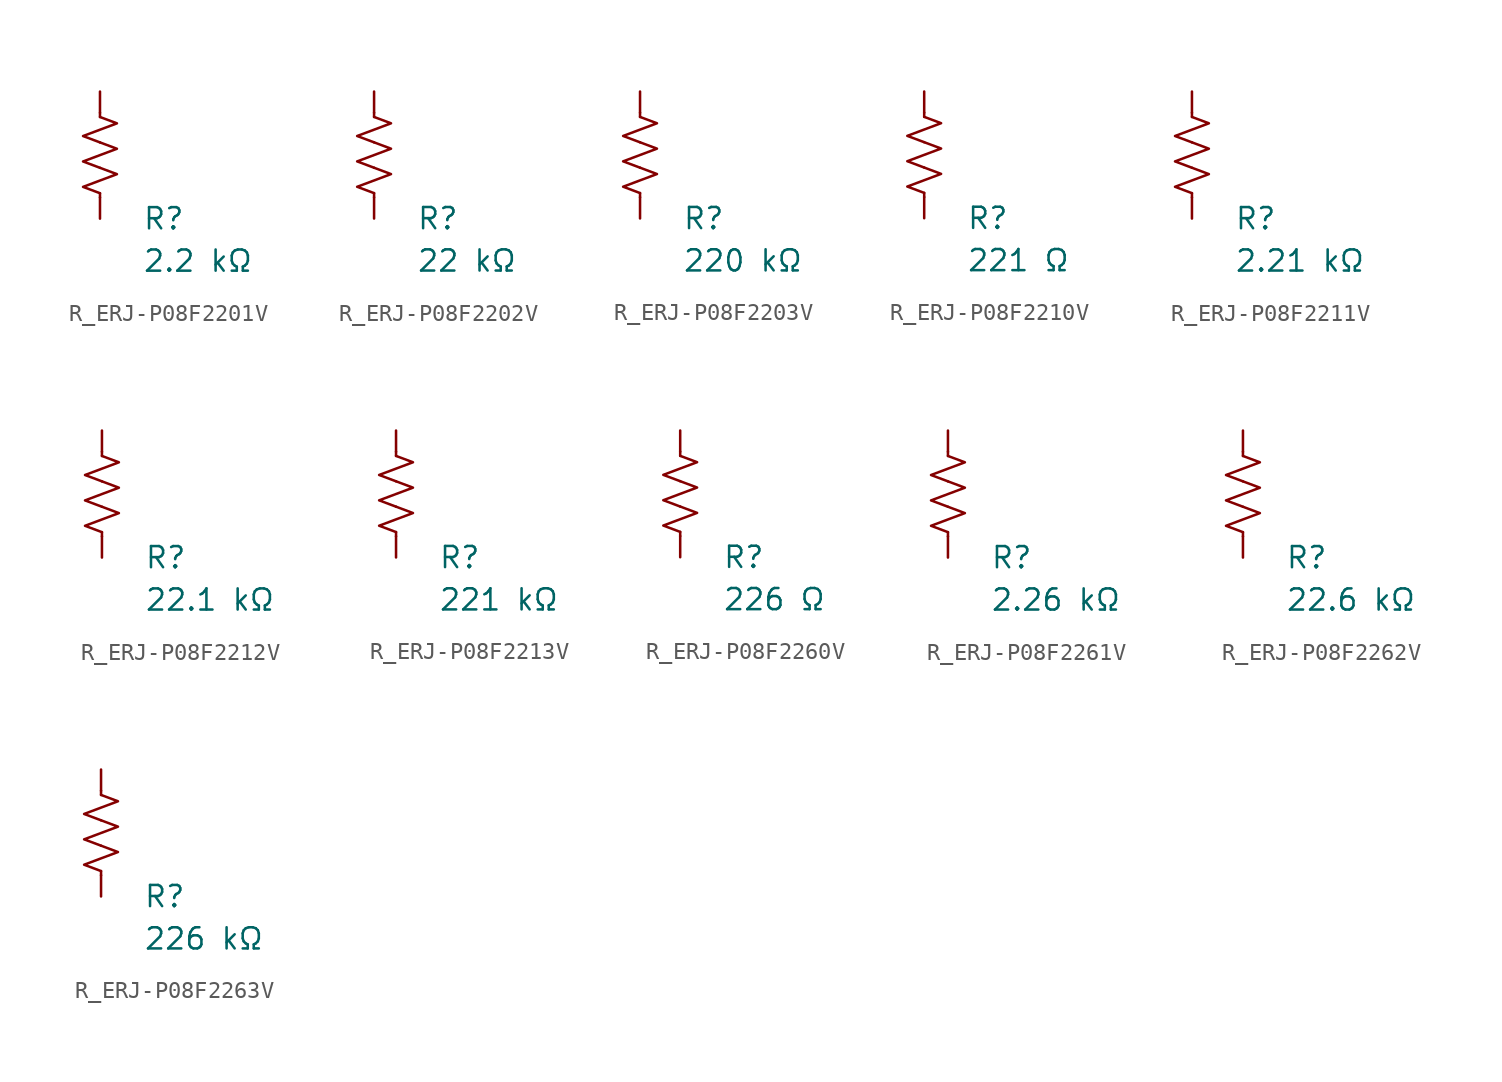
<source format=kicad_sym>
(kicad_symbol_lib
  (version 20231120)
  (generator "kicad_symbol_editor")
  (generator_version "8.0")
  (symbol "R_ERJ-P08F2201V"
    (pin_numbers hide)
    (pin_names
      (offset 0))
    (property "Reference" "R"
      (at 2.54 -3.81 0)
      (effects (font (size 1.27 1.27)) (justify left))
      (show_name no))
    (property "Value" "2.2 kΩ"
      (at 2.54 -6.35 0)
      (effects (font (size 1.27 1.27)) (justify left))
      (show_name no))
    (symbol "R_ERJ-P08F2201V_0_1"
      (polyline (pts (xy 0 -2.286) (xy 0 -2.54)) (stroke (width 0) (type default)) (fill (type none)))
      (polyline (pts (xy 0 2.286) (xy 0 2.54)) (stroke (width 0) (type default)) (fill (type none)))
      (polyline (pts (xy 0 -0.762) (xy 1.016 -1.143) (xy 0 -1.524) (xy -1.016 -1.905) (xy 0 -2.286)) (stroke (width 0) (type default)) (fill (type none)))
      (polyline (pts (xy 0 0.762) (xy 1.016 0.381) (xy 0 0) (xy -1.016 -0.381) (xy 0 -0.762)) (stroke (width 0) (type default)) (fill (type none)))
      (polyline (pts (xy 0 2.286) (xy 1.016 1.905) (xy 0 1.524) (xy -1.016 1.143) (xy 0 0.762)) (stroke (width 0) (type default)) (fill (type none))))
    (symbol "R_ERJ-P08F2201V_1_1"
      (pin passive line (at 0 3.81 270) (length 1.27) (name "~" (effects (font (size 1.27 1.27)))) (number "1" (effects (font (size 1.27 1.27)))))
      (pin passive line (at 0 -3.81 90) (length 1.27) (name "~" (effects (font (size 1.27 1.27)))) (number "2" (effects (font (size 1.27 1.27)))))))
  (symbol "R_ERJ-P08F2202V"
    (pin_numbers hide)
    (pin_names
      (offset 0))
    (property "Reference" "R"
      (at 2.54 -3.81 0)
      (effects (font (size 1.27 1.27)) (justify left))
      (show_name no))
    (property "Value" "22 kΩ"
      (at 2.54 -6.35 0)
      (effects (font (size 1.27 1.27)) (justify left))
      (show_name no))
    (symbol "R_ERJ-P08F2202V_0_1"
      (polyline (pts (xy 0 -2.286) (xy 0 -2.54)) (stroke (width 0) (type default)) (fill (type none)))
      (polyline (pts (xy 0 2.286) (xy 0 2.54)) (stroke (width 0) (type default)) (fill (type none)))
      (polyline (pts (xy 0 -0.762) (xy 1.016 -1.143) (xy 0 -1.524) (xy -1.016 -1.905) (xy 0 -2.286)) (stroke (width 0) (type default)) (fill (type none)))
      (polyline (pts (xy 0 0.762) (xy 1.016 0.381) (xy 0 0) (xy -1.016 -0.381) (xy 0 -0.762)) (stroke (width 0) (type default)) (fill (type none)))
      (polyline (pts (xy 0 2.286) (xy 1.016 1.905) (xy 0 1.524) (xy -1.016 1.143) (xy 0 0.762)) (stroke (width 0) (type default)) (fill (type none))))
    (symbol "R_ERJ-P08F2202V_1_1"
      (pin passive line (at 0 3.81 270) (length 1.27) (name "~" (effects (font (size 1.27 1.27)))) (number "1" (effects (font (size 1.27 1.27)))))
      (pin passive line (at 0 -3.81 90) (length 1.27) (name "~" (effects (font (size 1.27 1.27)))) (number "2" (effects (font (size 1.27 1.27)))))))
  (symbol "R_ERJ-P08F2203V"
    (pin_numbers hide)
    (pin_names
      (offset 0))
    (property "Reference" "R"
      (at 2.54 -3.81 0)
      (effects (font (size 1.27 1.27)) (justify left))
      (show_name no))
    (property "Value" "220 kΩ"
      (at 2.54 -6.35 0)
      (effects (font (size 1.27 1.27)) (justify left))
      (show_name no))
    (symbol "R_ERJ-P08F2203V_0_1"
      (polyline (pts (xy 0 -2.286) (xy 0 -2.54)) (stroke (width 0) (type default)) (fill (type none)))
      (polyline (pts (xy 0 2.286) (xy 0 2.54)) (stroke (width 0) (type default)) (fill (type none)))
      (polyline (pts (xy 0 -0.762) (xy 1.016 -1.143) (xy 0 -1.524) (xy -1.016 -1.905) (xy 0 -2.286)) (stroke (width 0) (type default)) (fill (type none)))
      (polyline (pts (xy 0 0.762) (xy 1.016 0.381) (xy 0 0) (xy -1.016 -0.381) (xy 0 -0.762)) (stroke (width 0) (type default)) (fill (type none)))
      (polyline (pts (xy 0 2.286) (xy 1.016 1.905) (xy 0 1.524) (xy -1.016 1.143) (xy 0 0.762)) (stroke (width 0) (type default)) (fill (type none))))
    (symbol "R_ERJ-P08F2203V_1_1"
      (pin passive line (at 0 3.81 270) (length 1.27) (name "~" (effects (font (size 1.27 1.27)))) (number "1" (effects (font (size 1.27 1.27)))))
      (pin passive line (at 0 -3.81 90) (length 1.27) (name "~" (effects (font (size 1.27 1.27)))) (number "2" (effects (font (size 1.27 1.27)))))))
  (symbol "R_ERJ-P08F2210V"
    (pin_numbers hide)
    (pin_names
      (offset 0))
    (property "Reference" "R"
      (at 2.54 -3.81 0)
      (effects (font (size 1.27 1.27)) (justify left))
      (show_name no))
    (property "Value" "221 Ω"
      (at 2.54 -6.35 0)
      (effects (font (size 1.27 1.27)) (justify left))
      (show_name no))
    (symbol "R_ERJ-P08F2210V_0_1"
      (polyline (pts (xy 0 -2.286) (xy 0 -2.54)) (stroke (width 0) (type default)) (fill (type none)))
      (polyline (pts (xy 0 2.286) (xy 0 2.54)) (stroke (width 0) (type default)) (fill (type none)))
      (polyline (pts (xy 0 -0.762) (xy 1.016 -1.143) (xy 0 -1.524) (xy -1.016 -1.905) (xy 0 -2.286)) (stroke (width 0) (type default)) (fill (type none)))
      (polyline (pts (xy 0 0.762) (xy 1.016 0.381) (xy 0 0) (xy -1.016 -0.381) (xy 0 -0.762)) (stroke (width 0) (type default)) (fill (type none)))
      (polyline (pts (xy 0 2.286) (xy 1.016 1.905) (xy 0 1.524) (xy -1.016 1.143) (xy 0 0.762)) (stroke (width 0) (type default)) (fill (type none))))
    (symbol "R_ERJ-P08F2210V_1_1"
      (pin passive line (at 0 3.81 270) (length 1.27) (name "~" (effects (font (size 1.27 1.27)))) (number "1" (effects (font (size 1.27 1.27)))))
      (pin passive line (at 0 -3.81 90) (length 1.27) (name "~" (effects (font (size 1.27 1.27)))) (number "2" (effects (font (size 1.27 1.27)))))))
  (symbol "R_ERJ-P08F2211V"
    (pin_numbers hide)
    (pin_names
      (offset 0))
    (property "Reference" "R"
      (at 2.54 -3.81 0)
      (effects (font (size 1.27 1.27)) (justify left))
      (show_name no))
    (property "Value" "2.21 kΩ"
      (at 2.54 -6.35 0)
      (effects (font (size 1.27 1.27)) (justify left))
      (show_name no))
    (symbol "R_ERJ-P08F2211V_0_1"
      (polyline (pts (xy 0 -2.286) (xy 0 -2.54)) (stroke (width 0) (type default)) (fill (type none)))
      (polyline (pts (xy 0 2.286) (xy 0 2.54)) (stroke (width 0) (type default)) (fill (type none)))
      (polyline (pts (xy 0 -0.762) (xy 1.016 -1.143) (xy 0 -1.524) (xy -1.016 -1.905) (xy 0 -2.286)) (stroke (width 0) (type default)) (fill (type none)))
      (polyline (pts (xy 0 0.762) (xy 1.016 0.381) (xy 0 0) (xy -1.016 -0.381) (xy 0 -0.762)) (stroke (width 0) (type default)) (fill (type none)))
      (polyline (pts (xy 0 2.286) (xy 1.016 1.905) (xy 0 1.524) (xy -1.016 1.143) (xy 0 0.762)) (stroke (width 0) (type default)) (fill (type none))))
    (symbol "R_ERJ-P08F2211V_1_1"
      (pin passive line (at 0 3.81 270) (length 1.27) (name "~" (effects (font (size 1.27 1.27)))) (number "1" (effects (font (size 1.27 1.27)))))
      (pin passive line (at 0 -3.81 90) (length 1.27) (name "~" (effects (font (size 1.27 1.27)))) (number "2" (effects (font (size 1.27 1.27)))))))
  (symbol "R_ERJ-P08F2212V"
    (pin_numbers hide)
    (pin_names
      (offset 0))
    (property "Reference" "R"
      (at 2.54 -3.81 0)
      (effects (font (size 1.27 1.27)) (justify left))
      (show_name no))
    (property "Value" "22.1 kΩ"
      (at 2.54 -6.35 0)
      (effects (font (size 1.27 1.27)) (justify left))
      (show_name no))
    (symbol "R_ERJ-P08F2212V_0_1"
      (polyline (pts (xy 0 -2.286) (xy 0 -2.54)) (stroke (width 0) (type default)) (fill (type none)))
      (polyline (pts (xy 0 2.286) (xy 0 2.54)) (stroke (width 0) (type default)) (fill (type none)))
      (polyline (pts (xy 0 -0.762) (xy 1.016 -1.143) (xy 0 -1.524) (xy -1.016 -1.905) (xy 0 -2.286)) (stroke (width 0) (type default)) (fill (type none)))
      (polyline (pts (xy 0 0.762) (xy 1.016 0.381) (xy 0 0) (xy -1.016 -0.381) (xy 0 -0.762)) (stroke (width 0) (type default)) (fill (type none)))
      (polyline (pts (xy 0 2.286) (xy 1.016 1.905) (xy 0 1.524) (xy -1.016 1.143) (xy 0 0.762)) (stroke (width 0) (type default)) (fill (type none))))
    (symbol "R_ERJ-P08F2212V_1_1"
      (pin passive line (at 0 3.81 270) (length 1.27) (name "~" (effects (font (size 1.27 1.27)))) (number "1" (effects (font (size 1.27 1.27)))))
      (pin passive line (at 0 -3.81 90) (length 1.27) (name "~" (effects (font (size 1.27 1.27)))) (number "2" (effects (font (size 1.27 1.27)))))))
  (symbol "R_ERJ-P08F2213V"
    (pin_numbers hide)
    (pin_names
      (offset 0))
    (property "Reference" "R"
      (at 2.54 -3.81 0)
      (effects (font (size 1.27 1.27)) (justify left))
      (show_name no))
    (property "Value" "221 kΩ"
      (at 2.54 -6.35 0)
      (effects (font (size 1.27 1.27)) (justify left))
      (show_name no))
    (symbol "R_ERJ-P08F2213V_0_1"
      (polyline (pts (xy 0 -2.286) (xy 0 -2.54)) (stroke (width 0) (type default)) (fill (type none)))
      (polyline (pts (xy 0 2.286) (xy 0 2.54)) (stroke (width 0) (type default)) (fill (type none)))
      (polyline (pts (xy 0 -0.762) (xy 1.016 -1.143) (xy 0 -1.524) (xy -1.016 -1.905) (xy 0 -2.286)) (stroke (width 0) (type default)) (fill (type none)))
      (polyline (pts (xy 0 0.762) (xy 1.016 0.381) (xy 0 0) (xy -1.016 -0.381) (xy 0 -0.762)) (stroke (width 0) (type default)) (fill (type none)))
      (polyline (pts (xy 0 2.286) (xy 1.016 1.905) (xy 0 1.524) (xy -1.016 1.143) (xy 0 0.762)) (stroke (width 0) (type default)) (fill (type none))))
    (symbol "R_ERJ-P08F2213V_1_1"
      (pin passive line (at 0 3.81 270) (length 1.27) (name "~" (effects (font (size 1.27 1.27)))) (number "1" (effects (font (size 1.27 1.27)))))
      (pin passive line (at 0 -3.81 90) (length 1.27) (name "~" (effects (font (size 1.27 1.27)))) (number "2" (effects (font (size 1.27 1.27)))))))
  (symbol "R_ERJ-P08F2260V"
    (pin_numbers hide)
    (pin_names
      (offset 0))
    (property "Reference" "R"
      (at 2.54 -3.81 0)
      (effects (font (size 1.27 1.27)) (justify left))
      (show_name no))
    (property "Value" "226 Ω"
      (at 2.54 -6.35 0)
      (effects (font (size 1.27 1.27)) (justify left))
      (show_name no))
    (symbol "R_ERJ-P08F2260V_0_1"
      (polyline (pts (xy 0 -2.286) (xy 0 -2.54)) (stroke (width 0) (type default)) (fill (type none)))
      (polyline (pts (xy 0 2.286) (xy 0 2.54)) (stroke (width 0) (type default)) (fill (type none)))
      (polyline (pts (xy 0 -0.762) (xy 1.016 -1.143) (xy 0 -1.524) (xy -1.016 -1.905) (xy 0 -2.286)) (stroke (width 0) (type default)) (fill (type none)))
      (polyline (pts (xy 0 0.762) (xy 1.016 0.381) (xy 0 0) (xy -1.016 -0.381) (xy 0 -0.762)) (stroke (width 0) (type default)) (fill (type none)))
      (polyline (pts (xy 0 2.286) (xy 1.016 1.905) (xy 0 1.524) (xy -1.016 1.143) (xy 0 0.762)) (stroke (width 0) (type default)) (fill (type none))))
    (symbol "R_ERJ-P08F2260V_1_1"
      (pin passive line (at 0 3.81 270) (length 1.27) (name "~" (effects (font (size 1.27 1.27)))) (number "1" (effects (font (size 1.27 1.27)))))
      (pin passive line (at 0 -3.81 90) (length 1.27) (name "~" (effects (font (size 1.27 1.27)))) (number "2" (effects (font (size 1.27 1.27)))))))
  (symbol "R_ERJ-P08F2261V"
    (pin_numbers hide)
    (pin_names
      (offset 0))
    (property "Reference" "R"
      (at 2.54 -3.81 0)
      (effects (font (size 1.27 1.27)) (justify left))
      (show_name no))
    (property "Value" "2.26 kΩ"
      (at 2.54 -6.35 0)
      (effects (font (size 1.27 1.27)) (justify left))
      (show_name no))
    (symbol "R_ERJ-P08F2261V_0_1"
      (polyline (pts (xy 0 -2.286) (xy 0 -2.54)) (stroke (width 0) (type default)) (fill (type none)))
      (polyline (pts (xy 0 2.286) (xy 0 2.54)) (stroke (width 0) (type default)) (fill (type none)))
      (polyline (pts (xy 0 -0.762) (xy 1.016 -1.143) (xy 0 -1.524) (xy -1.016 -1.905) (xy 0 -2.286)) (stroke (width 0) (type default)) (fill (type none)))
      (polyline (pts (xy 0 0.762) (xy 1.016 0.381) (xy 0 0) (xy -1.016 -0.381) (xy 0 -0.762)) (stroke (width 0) (type default)) (fill (type none)))
      (polyline (pts (xy 0 2.286) (xy 1.016 1.905) (xy 0 1.524) (xy -1.016 1.143) (xy 0 0.762)) (stroke (width 0) (type default)) (fill (type none))))
    (symbol "R_ERJ-P08F2261V_1_1"
      (pin passive line (at 0 3.81 270) (length 1.27) (name "~" (effects (font (size 1.27 1.27)))) (number "1" (effects (font (size 1.27 1.27)))))
      (pin passive line (at 0 -3.81 90) (length 1.27) (name "~" (effects (font (size 1.27 1.27)))) (number "2" (effects (font (size 1.27 1.27)))))))
  (symbol "R_ERJ-P08F2262V"
    (pin_numbers hide)
    (pin_names
      (offset 0))
    (property "Reference" "R"
      (at 2.54 -3.81 0)
      (effects (font (size 1.27 1.27)) (justify left))
      (show_name no))
    (property "Value" "22.6 kΩ"
      (at 2.54 -6.35 0)
      (effects (font (size 1.27 1.27)) (justify left))
      (show_name no))
    (symbol "R_ERJ-P08F2262V_0_1"
      (polyline (pts (xy 0 -2.286) (xy 0 -2.54)) (stroke (width 0) (type default)) (fill (type none)))
      (polyline (pts (xy 0 2.286) (xy 0 2.54)) (stroke (width 0) (type default)) (fill (type none)))
      (polyline (pts (xy 0 -0.762) (xy 1.016 -1.143) (xy 0 -1.524) (xy -1.016 -1.905) (xy 0 -2.286)) (stroke (width 0) (type default)) (fill (type none)))
      (polyline (pts (xy 0 0.762) (xy 1.016 0.381) (xy 0 0) (xy -1.016 -0.381) (xy 0 -0.762)) (stroke (width 0) (type default)) (fill (type none)))
      (polyline (pts (xy 0 2.286) (xy 1.016 1.905) (xy 0 1.524) (xy -1.016 1.143) (xy 0 0.762)) (stroke (width 0) (type default)) (fill (type none))))
    (symbol "R_ERJ-P08F2262V_1_1"
      (pin passive line (at 0 3.81 270) (length 1.27) (name "~" (effects (font (size 1.27 1.27)))) (number "1" (effects (font (size 1.27 1.27)))))
      (pin passive line (at 0 -3.81 90) (length 1.27) (name "~" (effects (font (size 1.27 1.27)))) (number "2" (effects (font (size 1.27 1.27)))))))
  (symbol "R_ERJ-P08F2263V"
    (pin_numbers hide)
    (pin_names
      (offset 0))
    (property "Reference" "R"
      (at 2.54 -3.81 0)
      (effects (font (size 1.27 1.27)) (justify left))
      (show_name no))
    (property "Value" "226 kΩ"
      (at 2.54 -6.35 0)
      (effects (font (size 1.27 1.27)) (justify left))
      (show_name no))
    (symbol "R_ERJ-P08F2263V_0_1"
      (polyline (pts (xy 0 -2.286) (xy 0 -2.54)) (stroke (width 0) (type default)) (fill (type none)))
      (polyline (pts (xy 0 2.286) (xy 0 2.54)) (stroke (width 0) (type default)) (fill (type none)))
      (polyline (pts (xy 0 -0.762) (xy 1.016 -1.143) (xy 0 -1.524) (xy -1.016 -1.905) (xy 0 -2.286)) (stroke (width 0) (type default)) (fill (type none)))
      (polyline (pts (xy 0 0.762) (xy 1.016 0.381) (xy 0 0) (xy -1.016 -0.381) (xy 0 -0.762)) (stroke (width 0) (type default)) (fill (type none)))
      (polyline (pts (xy 0 2.286) (xy 1.016 1.905) (xy 0 1.524) (xy -1.016 1.143) (xy 0 0.762)) (stroke (width 0) (type default)) (fill (type none))))
    (symbol "R_ERJ-P08F2263V_1_1"
      (pin passive line (at 0 3.81 270) (length 1.27) (name "~" (effects (font (size 1.27 1.27)))) (number "1" (effects (font (size 1.27 1.27)))))
      (pin passive line (at 0 -3.81 90) (length 1.27) (name "~" (effects (font (size 1.27 1.27)))) (number "2" (effects (font (size 1.27 1.27))))))))
</source>
